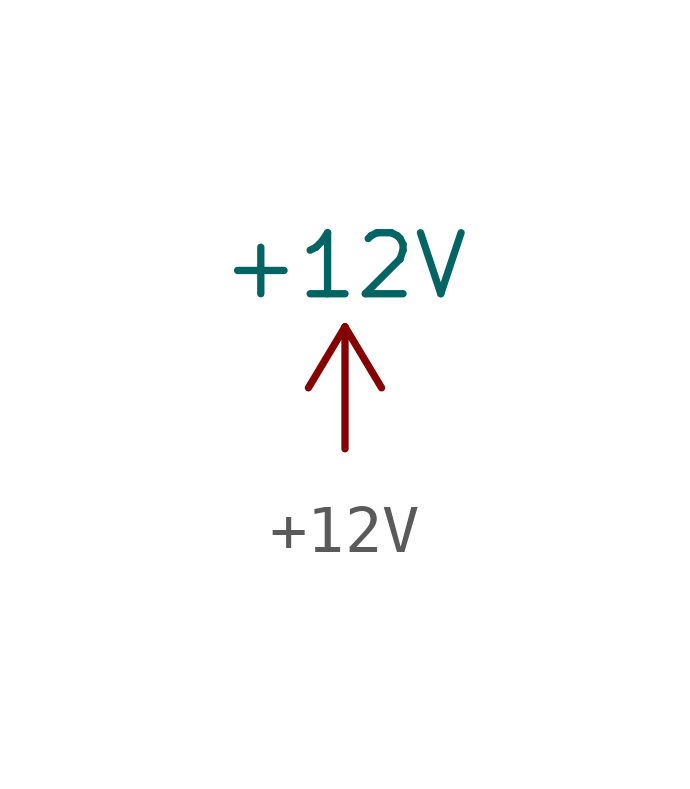
<source format=kicad_sym>
(kicad_symbol_lib
  (version 20220914)
  (generator kicad_symbol_editor)
  (symbol "+12V"
    (power)
    (pin_names
      (offset 0))
    (property "Reference" "#PWR"
      (at 0 -2.54 0)
      (effects (font (size 1.27 1.27)) hide))
    (property "Value" "+12V"
      (at 0 3.81 0)
      (effects (font (size 1.27 1.27))))
    (symbol "+12V_1_1"
      (polyline (pts (xy -0.762 1.27) (xy 0 2.54)) (stroke (width 0) (type default)) (fill (type none)))
      (polyline (pts (xy 0 0) (xy 0 2.54)) (stroke (width 0) (type default)) (fill (type none)))
      (polyline (pts (xy 0 2.54) (xy 0.762 1.27)) (stroke (width 0) (type default)) (fill (type none)))
      (pin power_in line (at 0 0 90) (length 2.54) hide (name "+12V" (effects (font (size 1.016 1.016)))) (number "1" (effects (font (size 1.016 1.016))))))))
</source>
